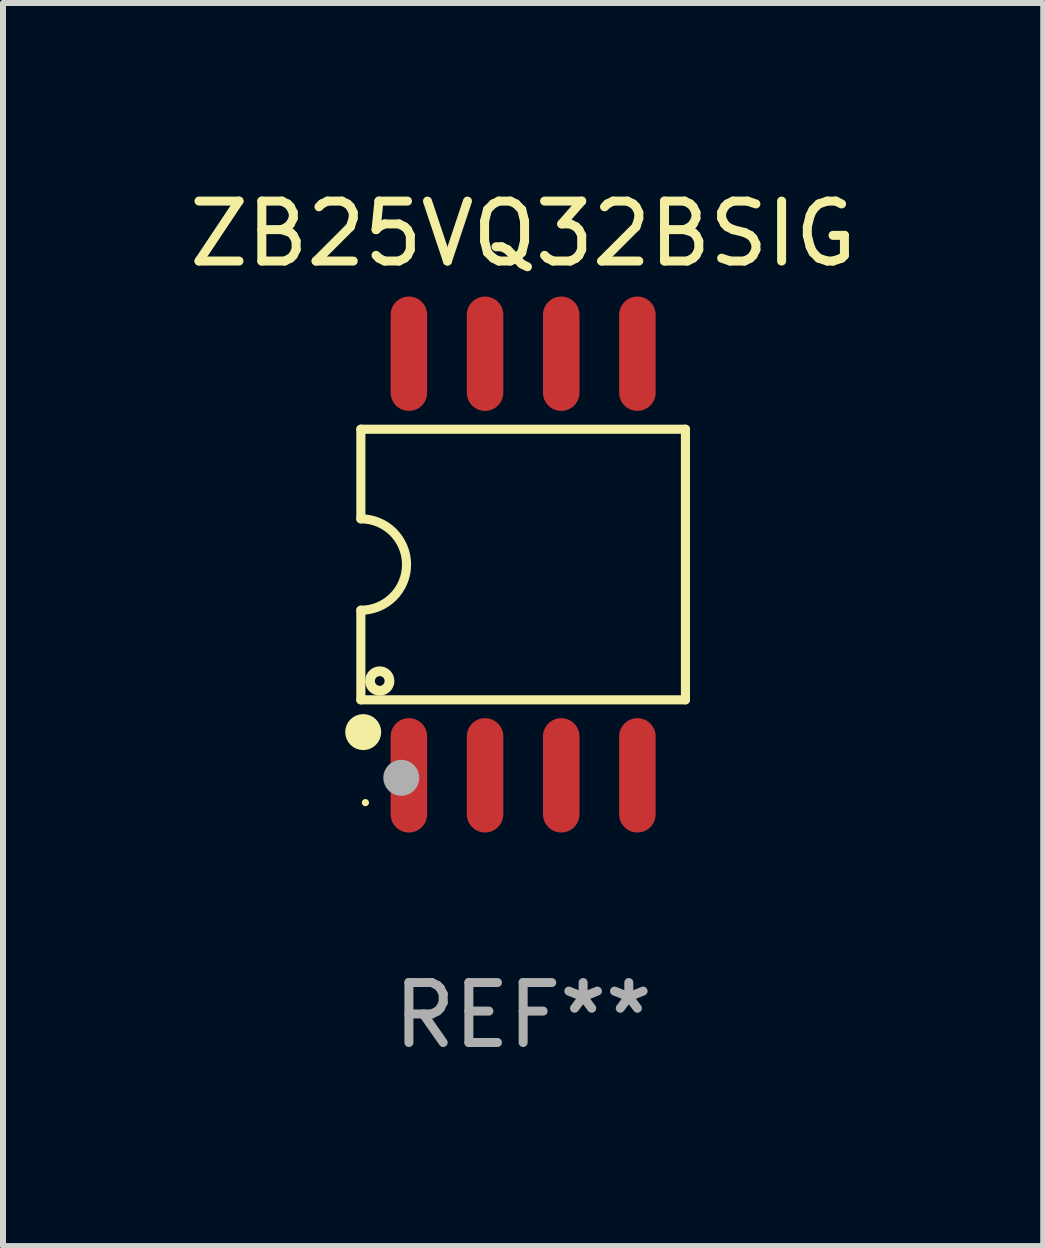
<source format=kicad_pcb>
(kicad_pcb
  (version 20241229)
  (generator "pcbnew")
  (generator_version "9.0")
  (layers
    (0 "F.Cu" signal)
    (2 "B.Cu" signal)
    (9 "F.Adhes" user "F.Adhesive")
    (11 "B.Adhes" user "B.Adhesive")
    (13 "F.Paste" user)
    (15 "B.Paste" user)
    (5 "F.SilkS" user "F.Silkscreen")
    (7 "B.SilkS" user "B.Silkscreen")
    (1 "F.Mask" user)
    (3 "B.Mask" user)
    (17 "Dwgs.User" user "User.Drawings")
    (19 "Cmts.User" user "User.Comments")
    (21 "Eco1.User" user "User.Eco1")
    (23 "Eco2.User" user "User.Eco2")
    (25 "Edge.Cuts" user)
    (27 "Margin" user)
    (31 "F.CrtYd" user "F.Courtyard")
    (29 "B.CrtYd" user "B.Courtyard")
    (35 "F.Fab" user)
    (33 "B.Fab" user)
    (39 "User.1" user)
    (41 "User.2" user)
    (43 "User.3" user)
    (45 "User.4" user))
  (footprint "ZB25VQ32BSIG"
    (layer "F.Cu")
    (at 5.673 6.363)
    (property "Reference" "ZB25VQ32BSIG" (at 0 -5.515 0) (layer "F.SilkS") (effects (font (size 1 1) (thickness 0.15))))
    (attr through_hole)
    (fp_line (start -2.706 -2.256) (end 2.706 -2.256) (stroke (width 0.152) (type solid)) (layer "F.SilkS"))
    (fp_line (start -2.706 -0.762) (end -2.706 -2.256) (stroke (width 0.152) (type solid)) (layer "F.SilkS"))
    (fp_line (start -2.706 0.762) (end -2.706 2.256) (stroke (width 0.152) (type solid)) (layer "F.SilkS"))
    (fp_line (start 2.706 -2.256) (end 2.706 2.256) (stroke (width 0.152) (type solid)) (layer "F.SilkS"))
    (fp_line (start 2.706 2.256) (end -2.706 2.256) (stroke (width 0.152) (type solid)) (layer "F.SilkS"))
    (fp_arc (start -2.706198 -0.762002) (mid -1.944196 0) (end -2.706198 0.762002) (stroke (width 0.151994) (type solid)) (layer "F.SilkS"))
    (fp_circle (center -2.667 2.794) (end -2.517 2.794) (stroke (width 0.3) (type solid)) (fill no) (layer "F.SilkS"))
    (fp_circle (center -2.63 3.97) (end -2.6 3.97) (stroke (width 0.06) (type solid)) (fill no) (layer "F.SilkS"))
    (fp_circle (center -2.391 1.942) (end -2.31 1.942) (stroke (width 0.163) (type solid)) (fill no) (layer "F.SilkS"))
    (fp_circle (center -2.032 3.556) (end -1.882 3.556) (stroke (width 0.3) (type solid)) (fill no) (layer "F.Fab"))
    (fp_text user "REF**" (at 0 7.515 0) (layer "F.Fab") (effects (font (size 1 1) (thickness 0.15))))
    (pad "1" smd oval (at -1.905 3.515) (size 0.609 1.907) (layers "F.Cu" "F.Mask" "F.Paste"))
    (pad "2" smd oval (at -0.635 3.515) (size 0.609 1.907) (layers "F.Cu" "F.Mask" "F.Paste"))
    (pad "3" smd oval (at 0.635 3.515) (size 0.609 1.907) (layers "F.Cu" "F.Mask" "F.Paste"))
    (pad "4" smd oval (at 1.905 3.515) (size 0.609 1.907) (layers "F.Cu" "F.Mask" "F.Paste"))
    (pad "5" smd oval (at 1.905 -3.515) (size 0.609 1.907) (layers "F.Cu" "F.Mask" "F.Paste"))
    (pad "6" smd oval (at 0.635 -3.515) (size 0.609 1.907) (layers "F.Cu" "F.Mask" "F.Paste"))
    (pad "7" smd oval (at -0.635 -3.515) (size 0.609 1.907) (layers "F.Cu" "F.Mask" "F.Paste"))
    (pad "8" smd oval (at -1.905 -3.515) (size 0.609 1.907) (layers "F.Cu" "F.Mask" "F.Paste")))
  (gr_rect
    (start -3 -3)
    (end 14.345 17.727)
    (stroke (width 0.1) (type default))
    (fill no)
    (layer "Edge.Cuts")))
</source>
